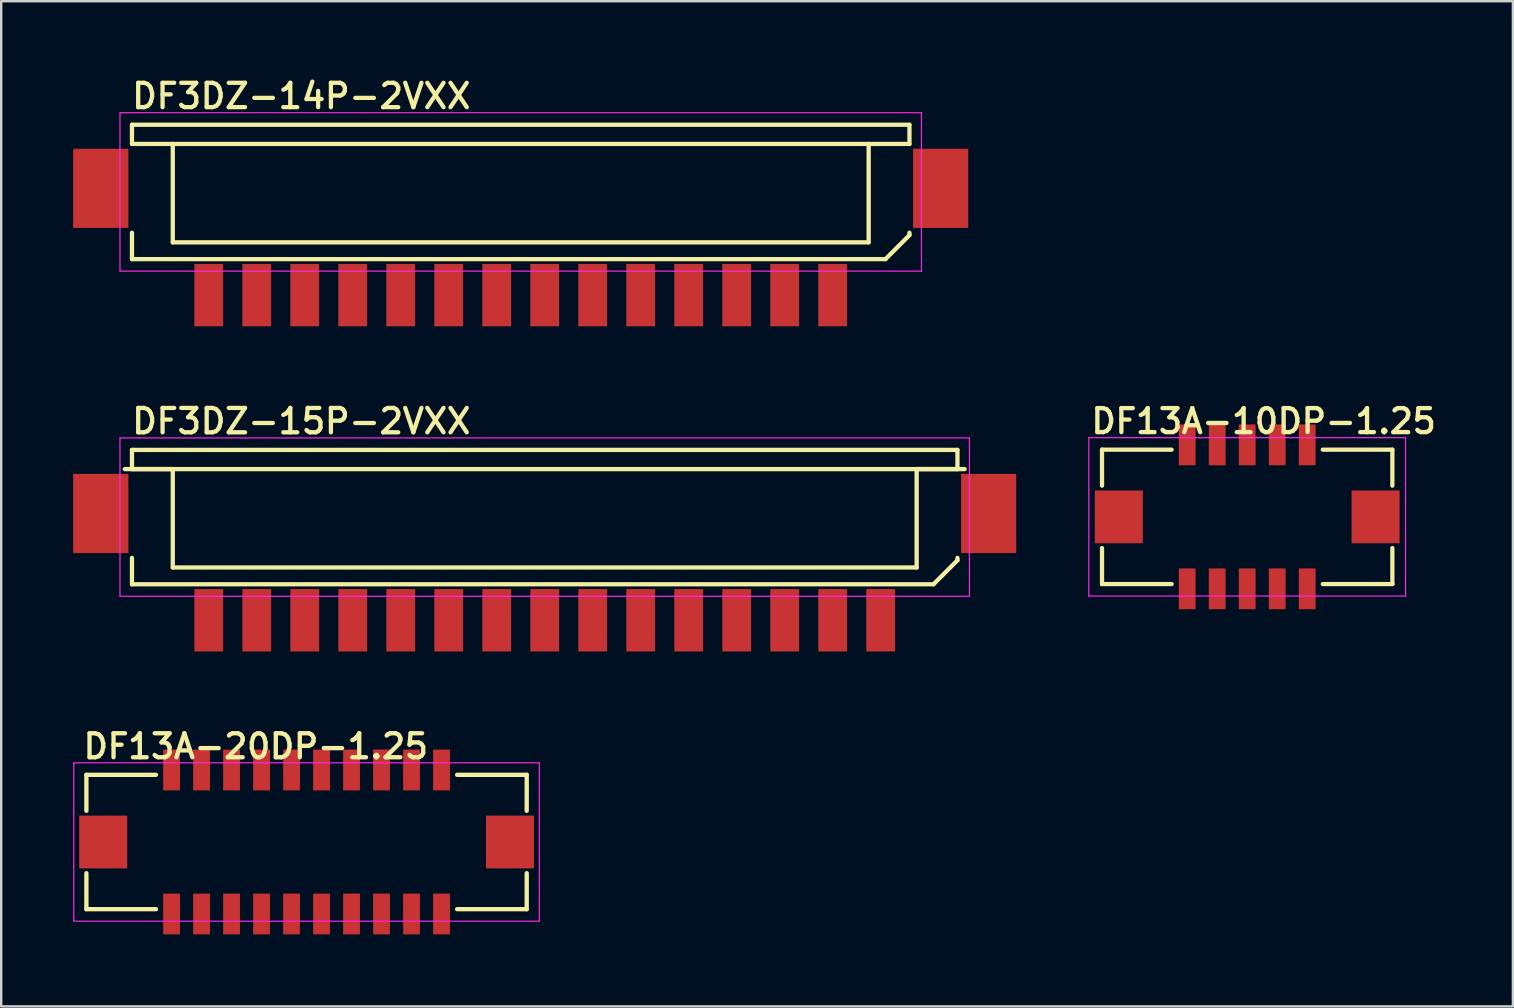
<source format=kicad_pcb>
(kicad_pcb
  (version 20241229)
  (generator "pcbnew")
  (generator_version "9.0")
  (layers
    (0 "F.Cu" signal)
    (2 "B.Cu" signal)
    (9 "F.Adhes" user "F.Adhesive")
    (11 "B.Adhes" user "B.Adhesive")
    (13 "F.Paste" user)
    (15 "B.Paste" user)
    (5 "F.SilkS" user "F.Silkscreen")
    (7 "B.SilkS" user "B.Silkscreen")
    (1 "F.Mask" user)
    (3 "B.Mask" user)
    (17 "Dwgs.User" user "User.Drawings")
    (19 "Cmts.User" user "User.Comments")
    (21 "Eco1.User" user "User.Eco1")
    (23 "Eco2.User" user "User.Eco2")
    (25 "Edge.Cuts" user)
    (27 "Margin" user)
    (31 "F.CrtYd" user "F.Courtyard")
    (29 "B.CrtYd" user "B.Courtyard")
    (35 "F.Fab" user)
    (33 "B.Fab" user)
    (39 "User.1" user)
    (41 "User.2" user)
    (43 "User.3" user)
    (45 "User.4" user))
  (footprint "DF13A-10DP-1.25"
    (layer "F.Cu")
    (at 48.925 18.489)
    (property "Reference" "DF13A-10DP-1.25" (at -6.6 -3.4 0) (layer "F.SilkS") (effects (font (size 1 1) (thickness 0.18)) (justify left bottom)))
    (attr through_hole)
    (fp_line (start -6.05 -2.8) (end -3.15 -2.8) (stroke (width 0.178) (type solid)) (layer "F.SilkS"))
    (fp_line (start -6.05 -1.3) (end -6.05 -2.8) (stroke (width 0.178) (type solid)) (layer "F.SilkS"))
    (fp_line (start -6.05 2.8) (end -6.05 1.3) (stroke (width 0.178) (type solid)) (layer "F.SilkS"))
    (fp_line (start -6.05 2.8) (end -3.15 2.8) (stroke (width 0.178) (type solid)) (layer "F.SilkS"))
    (fp_line (start 6.05 -2.8) (end 3.15 -2.8) (stroke (width 0.178) (type solid)) (layer "F.SilkS"))
    (fp_line (start 6.05 -2.8) (end 6.05 -1.3) (stroke (width 0.178) (type solid)) (layer "F.SilkS"))
    (fp_line (start 6.05 1.3) (end 6.05 2.8) (stroke (width 0.178) (type solid)) (layer "F.SilkS"))
    (fp_line (start 6.05 2.8) (end 3.15 2.8) (stroke (width 0.178) (type solid)) (layer "F.SilkS"))
    (fp_line (start -6.6 -3.3) (end 6.6 -3.3) (stroke (width 0.05) (type solid)) (layer "F.CrtYd"))
    (fp_line (start -6.6 3.3) (end -6.6 -3.3) (stroke (width 0.05) (type solid)) (layer "F.CrtYd"))
    (fp_line (start 6.6 -3.3) (end 6.6 3.3) (stroke (width 0.05) (type solid)) (layer "F.CrtYd"))
    (fp_line (start 6.6 3.3) (end -6.6 3.3) (stroke (width 0.05) (type solid)) (layer "F.CrtYd"))
    (pad "1" smd rect (at 2.5 -3) (size 0.7 1.7) (layers "F.Cu" "F.Mask" "F.Paste"))
    (pad "2" smd rect (at 2.5 3) (size 0.7 1.7) (layers "F.Cu" "F.Mask" "F.Paste"))
    (pad "3" smd rect (at 1.25 -3) (size 0.7 1.7) (layers "F.Cu" "F.Mask" "F.Paste"))
    (pad "4" smd rect (at 1.25 3) (size 0.7 1.7) (layers "F.Cu" "F.Mask" "F.Paste"))
    (pad "5" smd rect (at 0 -3) (size 0.7 1.7) (layers "F.Cu" "F.Mask" "F.Paste"))
    (pad "6" smd rect (at 0 3) (size 0.7 1.7) (layers "F.Cu" "F.Mask" "F.Paste"))
    (pad "7" smd rect (at -1.25 -3) (size 0.7 1.7) (layers "F.Cu" "F.Mask" "F.Paste"))
    (pad "8" smd rect (at -1.25 3) (size 0.7 1.7) (layers "F.Cu" "F.Mask" "F.Paste"))
    (pad "9" smd rect (at -2.5 -3) (size 0.7 1.7) (layers "F.Cu" "F.Mask" "F.Paste"))
    (pad "10" smd rect (at -2.5 3) (size 0.7 1.7) (layers "F.Cu" "F.Mask" "F.Paste"))
    (pad "A" smd rect (at -5.35 0) (size 2 2.2) (layers "F.Cu" "F.Mask" "F.Paste"))
    (pad "B" smd rect (at 5.35 0) (size 2 2.2) (layers "F.Cu" "F.Mask" "F.Paste")))
  (footprint "DF13A-20DP-1.25"
    (layer "F.Cu")
    (at 9.725 32.039)
    (property "Reference" "DF13A-20DP-1.25" (at -9.4 -3.4 0) (layer "F.SilkS") (effects (font (size 1 1) (thickness 0.18)) (justify left bottom)))
    (attr through_hole)
    (fp_line (start -9.175 -2.8) (end -6.275 -2.8) (stroke (width 0.18) (type solid)) (layer "F.SilkS"))
    (fp_line (start -9.175 -1.3) (end -9.175 -2.8) (stroke (width 0.18) (type solid)) (layer "F.SilkS"))
    (fp_line (start -9.175 2.8) (end -9.175 1.3) (stroke (width 0.18) (type solid)) (layer "F.SilkS"))
    (fp_line (start -9.175 2.8) (end -6.275 2.8) (stroke (width 0.18) (type solid)) (layer "F.SilkS"))
    (fp_line (start 9.175 -2.8) (end 6.275 -2.8) (stroke (width 0.18) (type solid)) (layer "F.SilkS"))
    (fp_line (start 9.175 -2.8) (end 9.175 -1.3) (stroke (width 0.18) (type solid)) (layer "F.SilkS"))
    (fp_line (start 9.175 1.3) (end 9.175 2.8) (stroke (width 0.18) (type solid)) (layer "F.SilkS"))
    (fp_line (start 9.175 2.8) (end 6.275 2.8) (stroke (width 0.18) (type solid)) (layer "F.SilkS"))
    (fp_line (start -9.7 -3.3) (end 9.7 -3.3) (stroke (width 0.05) (type solid)) (layer "F.CrtYd"))
    (fp_line (start -9.7 3.3) (end -9.7 -3.3) (stroke (width 0.05) (type solid)) (layer "F.CrtYd"))
    (fp_line (start 9.7 -3.3) (end 9.7 3.3) (stroke (width 0.05) (type solid)) (layer "F.CrtYd"))
    (fp_line (start 9.7 3.3) (end -9.7 3.3) (stroke (width 0.05) (type solid)) (layer "F.CrtYd"))
    (pad "1" smd rect (at -5.625 -3) (size 0.7 1.7) (layers "F.Cu" "F.Mask" "F.Paste"))
    (pad "2" smd rect (at -5.625 3) (size 0.7 1.7) (layers "F.Cu" "F.Mask" "F.Paste"))
    (pad "3" smd rect (at -4.375 -3) (size 0.7 1.7) (layers "F.Cu" "F.Mask" "F.Paste"))
    (pad "4" smd rect (at -4.375 3) (size 0.7 1.7) (layers "F.Cu" "F.Mask" "F.Paste"))
    (pad "5" smd rect (at -3.125 -3) (size 0.7 1.7) (layers "F.Cu" "F.Mask" "F.Paste"))
    (pad "6" smd rect (at -3.125 3) (size 0.7 1.7) (layers "F.Cu" "F.Mask" "F.Paste"))
    (pad "7" smd rect (at -1.875 -3) (size 0.7 1.7) (layers "F.Cu" "F.Mask" "F.Paste"))
    (pad "8" smd rect (at -1.875 3) (size 0.7 1.7) (layers "F.Cu" "F.Mask" "F.Paste"))
    (pad "9" smd rect (at -0.625 -3) (size 0.7 1.7) (layers "F.Cu" "F.Mask" "F.Paste"))
    (pad "10" smd rect (at -0.625 3) (size 0.7 1.7) (layers "F.Cu" "F.Mask" "F.Paste"))
    (pad "11" smd rect (at 0.625 -3) (size 0.7 1.7) (layers "F.Cu" "F.Mask" "F.Paste"))
    (pad "12" smd rect (at 0.625 3) (size 0.7 1.7) (layers "F.Cu" "F.Mask" "F.Paste"))
    (pad "13" smd rect (at 1.875 -3) (size 0.7 1.7) (layers "F.Cu" "F.Mask" "F.Paste"))
    (pad "14" smd rect (at 1.875 3) (size 0.7 1.7) (layers "F.Cu" "F.Mask" "F.Paste"))
    (pad "15" smd rect (at 3.125 -3) (size 0.7 1.7) (layers "F.Cu" "F.Mask" "F.Paste"))
    (pad "16" smd rect (at 3.125 3) (size 0.7 1.7) (layers "F.Cu" "F.Mask" "F.Paste"))
    (pad "17" smd rect (at 4.375 -3) (size 0.7 1.7) (layers "F.Cu" "F.Mask" "F.Paste"))
    (pad "18" smd rect (at 4.375 3) (size 0.7 1.7) (layers "F.Cu" "F.Mask" "F.Paste"))
    (pad "19" smd rect (at 5.625 -3) (size 0.7 1.7) (layers "F.Cu" "F.Mask" "F.Paste"))
    (pad "20" smd rect (at 5.625 3) (size 0.7 1.7) (layers "F.Cu" "F.Mask" "F.Paste"))
    (pad "PAD" smd rect (at -8.475 0) (size 2 2.2) (layers "F.Cu" "F.Mask" "F.Paste"))
    (pad "PAD" smd rect (at 8.475 0) (size 2 2.2) (layers "F.Cu" "F.Mask" "F.Paste")))
  (footprint "DF3DZ-14P-2VXX"
    (layer "F.Cu")
    (at 18.65 9.249)
    (property "Reference" "DF3DZ-14P-2VXX" (at -16.3 -7.7 0) (layer "F.SilkS") (effects (font (size 1.016 1.016) (thickness 0.178)) (justify left bottom)))
    (attr through_hole)
    (fp_line (start -16.2 -7.1) (end -16.2 -6.3) (stroke (width 0.178) (type solid)) (layer "F.SilkS"))
    (fp_line (start -16.2 -7.1) (end 16.2 -7.1) (stroke (width 0.178) (type solid)) (layer "F.SilkS"))
    (fp_line (start -16.2 -1.5) (end -16.2 -2.6) (stroke (width 0.178) (type solid)) (layer "F.SilkS"))
    (fp_line (start -16.2 -1.5) (end 15.2 -1.5) (stroke (width 0.178) (type solid)) (layer "F.SilkS"))
    (fp_line (start -14.5 -6.3) (end -16.2 -6.3) (stroke (width 0.178) (type solid)) (layer "F.SilkS"))
    (fp_line (start -14.5 -6.3) (end -14.5 -2.2) (stroke (width 0.178) (type solid)) (layer "F.SilkS"))
    (fp_line (start -14.5 -6.3) (end 14.5 -6.3) (stroke (width 0.178) (type solid)) (layer "F.SilkS"))
    (fp_line (start -14.5 -2.2) (end 14.5 -2.2) (stroke (width 0.178) (type solid)) (layer "F.SilkS"))
    (fp_line (start 14.5 -6.3) (end 16.2 -6.3) (stroke (width 0.178) (type solid)) (layer "F.SilkS"))
    (fp_line (start 14.5 -2.2) (end 14.5 -6.3) (stroke (width 0.178) (type solid)) (layer "F.SilkS"))
    (fp_line (start 15.2 -1.5) (end 16.2 -2.5) (stroke (width 0.178) (type solid)) (layer "F.SilkS"))
    (fp_line (start 16.2 -7.1) (end 16.2 -6.3) (stroke (width 0.178) (type solid)) (layer "F.SilkS"))
    (fp_line (start 16.2 -2.5) (end 16.2 -2.6) (stroke (width 0.178) (type solid)) (layer "F.SilkS"))
    (fp_line (start -16.7 -7.6) (end 16.7 -7.6) (stroke (width 0.05) (type solid)) (layer "F.CrtYd"))
    (fp_line (start -16.7 -1) (end -16.7 -7.6) (stroke (width 0.05) (type solid)) (layer "F.CrtYd"))
    (fp_line (start 16.7 -7.6) (end 16.7 -1) (stroke (width 0.05) (type solid)) (layer "F.CrtYd"))
    (fp_line (start 16.7 -1) (end -16.7 -1) (stroke (width 0.05) (type solid)) (layer "F.CrtYd"))
    (pad "1" smd rect (at 13 0) (size 1.2 2.6) (layers "F.Cu" "F.Mask" "F.Paste"))
    (pad "2" smd rect (at 11 0) (size 1.2 2.6) (layers "F.Cu" "F.Mask" "F.Paste"))
    (pad "3" smd rect (at 9 0 180) (size 1.2 2.6) (layers "F.Cu" "F.Mask" "F.Paste"))
    (pad "4" smd rect (at 7 0 180) (size 1.2 2.6) (layers "F.Cu" "F.Mask" "F.Paste"))
    (pad "5" smd rect (at 5 0 180) (size 1.2 2.6) (layers "F.Cu" "F.Mask" "F.Paste"))
    (pad "6" smd rect (at 3 0 180) (size 1.2 2.6) (layers "F.Cu" "F.Mask" "F.Paste"))
    (pad "7" smd rect (at 1 0 180) (size 1.2 2.6) (layers "F.Cu" "F.Mask" "F.Paste"))
    (pad "8" smd rect (at -1 0 180) (size 1.2 2.6) (layers "F.Cu" "F.Mask" "F.Paste"))
    (pad "9" smd rect (at -3 0 180) (size 1.2 2.6) (layers "F.Cu" "F.Mask" "F.Paste"))
    (pad "10" smd rect (at -5 0 180) (size 1.2 2.6) (layers "F.Cu" "F.Mask" "F.Paste"))
    (pad "11" smd rect (at -7 0 180) (size 1.2 2.6) (layers "F.Cu" "F.Mask" "F.Paste"))
    (pad "12" smd rect (at -9 0 180) (size 1.2 2.6) (layers "F.Cu" "F.Mask" "F.Paste"))
    (pad "13" smd rect (at -11 0 180) (size 1.2 2.6) (layers "F.Cu" "F.Mask" "F.Paste"))
    (pad "14" smd rect (at -13 0 180) (size 1.2 2.6) (layers "F.Cu" "F.Mask" "F.Paste"))
    (pad "TAB" smd rect (at -17.5 -4.45) (size 2.3 3.3) (layers "F.Cu" "F.Mask" "F.Paste"))
    (pad "TAB" smd rect (at 17.5 -4.45) (size 2.3 3.3) (layers "F.Cu" "F.Mask" "F.Paste")))
  (footprint "DF3DZ-15P-2VXX"
    (layer "F.Cu")
    (at 19.65 22.799)
    (property "Reference" "DF3DZ-15P-2VXX" (at -17.3 -7.7 0) (layer "F.SilkS") (effects (font (size 1.016 1.016) (thickness 0.178)) (justify left bottom)))
    (attr through_hole)
    (fp_line (start -17.5 -6.3) (end 17.5 -6.3) (stroke (width 0.178) (type solid)) (layer "F.SilkS"))
    (fp_line (start -17.2 -7.1) (end -17.2 -6.3) (stroke (width 0.178) (type solid)) (layer "F.SilkS"))
    (fp_line (start -17.2 -7.1) (end 17.2 -7.1) (stroke (width 0.178) (type solid)) (layer "F.SilkS"))
    (fp_line (start -17.2 -1.5) (end -17.2 -2.6) (stroke (width 0.178) (type solid)) (layer "F.SilkS"))
    (fp_line (start -17.2 -1.5) (end 16.2 -1.5) (stroke (width 0.178) (type solid)) (layer "F.SilkS"))
    (fp_line (start -15.5 -6.3) (end -17.2 -6.3) (stroke (width 0.178) (type solid)) (layer "F.SilkS"))
    (fp_line (start -15.5 -6.3) (end -15.5 -2.2) (stroke (width 0.178) (type solid)) (layer "F.SilkS"))
    (fp_line (start -15.5 -2.2) (end 15.5 -2.2) (stroke (width 0.178) (type solid)) (layer "F.SilkS"))
    (fp_line (start 15.5 -6.3) (end 17.2 -6.3) (stroke (width 0.178) (type solid)) (layer "F.SilkS"))
    (fp_line (start 15.5 -2.2) (end 15.5 -6.3) (stroke (width 0.178) (type solid)) (layer "F.SilkS"))
    (fp_line (start 16.2 -1.5) (end 17.2 -2.5) (stroke (width 0.178) (type solid)) (layer "F.SilkS"))
    (fp_line (start 17.2 -7.1) (end 17.2 -6.3) (stroke (width 0.178) (type solid)) (layer "F.SilkS"))
    (fp_line (start 17.2 -2.5) (end 17.2 -2.6) (stroke (width 0.178) (type solid)) (layer "F.SilkS"))
    (fp_line (start -17.7 -7.6) (end 17.7 -7.6) (stroke (width 0.05) (type solid)) (layer "F.CrtYd"))
    (fp_line (start -17.7 -1) (end -17.7 -7.6) (stroke (width 0.05) (type solid)) (layer "F.CrtYd"))
    (fp_line (start 17.7 -7.6) (end 17.7 -1) (stroke (width 0.05) (type solid)) (layer "F.CrtYd"))
    (fp_line (start 17.7 -1) (end -17.7 -1) (stroke (width 0.05) (type solid)) (layer "F.CrtYd"))
    (pad "1" smd rect (at 14 0) (size 1.2 2.6) (layers "F.Cu" "F.Mask" "F.Paste"))
    (pad "2" smd rect (at 12 0) (size 1.2 2.6) (layers "F.Cu" "F.Mask" "F.Paste"))
    (pad "3" smd rect (at 10 0) (size 1.2 2.6) (layers "F.Cu" "F.Mask" "F.Paste"))
    (pad "4" smd rect (at 8 0) (size 1.2 2.6) (layers "F.Cu" "F.Mask" "F.Paste"))
    (pad "5" smd rect (at 6 0) (size 1.2 2.6) (layers "F.Cu" "F.Mask" "F.Paste"))
    (pad "6" smd rect (at 4 0) (size 1.2 2.6) (layers "F.Cu" "F.Mask" "F.Paste"))
    (pad "7" smd rect (at 2 0) (size 1.2 2.6) (layers "F.Cu" "F.Mask" "F.Paste"))
    (pad "8" smd rect (at 0 0) (size 1.2 2.6) (layers "F.Cu" "F.Mask" "F.Paste"))
    (pad "9" smd rect (at -2 0) (size 1.2 2.6) (layers "F.Cu" "F.Mask" "F.Paste"))
    (pad "10" smd rect (at -4 0) (size 1.2 2.6) (layers "F.Cu" "F.Mask" "F.Paste"))
    (pad "11" smd rect (at -6 0) (size 1.2 2.6) (layers "F.Cu" "F.Mask" "F.Paste"))
    (pad "12" smd rect (at -8 0) (size 1.2 2.6) (layers "F.Cu" "F.Mask" "F.Paste"))
    (pad "13" smd rect (at -10 0) (size 1.2 2.6) (layers "F.Cu" "F.Mask" "F.Paste"))
    (pad "14" smd rect (at -12 0) (size 1.2 2.6) (layers "F.Cu" "F.Mask" "F.Paste"))
    (pad "15" smd rect (at -14 0) (size 1.2 2.6) (layers "F.Cu" "F.Mask" "F.Paste"))
    (pad "TAB" smd rect (at -18.5 -4.45) (size 2.3 3.3) (layers "F.Cu" "F.Mask" "F.Paste"))
    (pad "TAB" smd rect (at 18.5 -4.45) (size 2.3 3.3) (layers "F.Cu" "F.Mask" "F.Paste")))
  (gr_rect
    (start -3 -3)
    (end 59.998 38.889)
    (stroke (width 0.1) (type default))
    (fill no)
    (layer "Edge.Cuts")))
</source>
